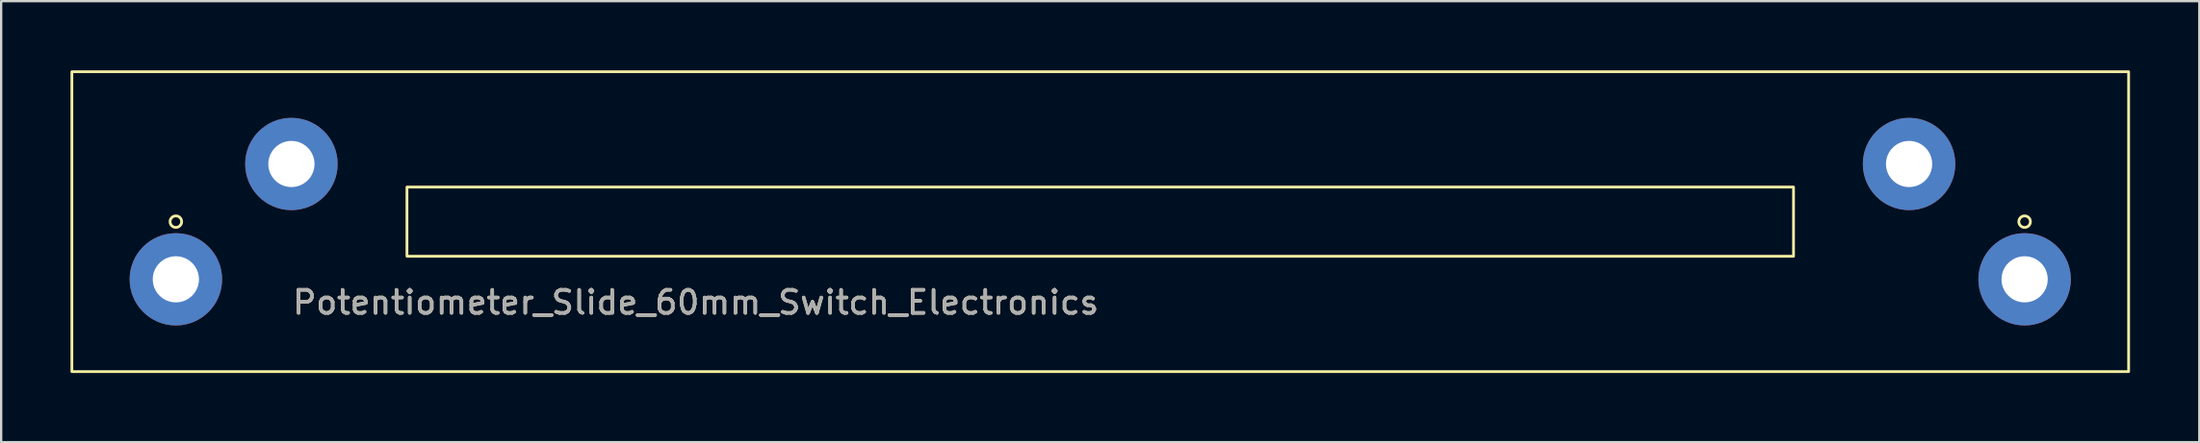
<source format=kicad_pcb>
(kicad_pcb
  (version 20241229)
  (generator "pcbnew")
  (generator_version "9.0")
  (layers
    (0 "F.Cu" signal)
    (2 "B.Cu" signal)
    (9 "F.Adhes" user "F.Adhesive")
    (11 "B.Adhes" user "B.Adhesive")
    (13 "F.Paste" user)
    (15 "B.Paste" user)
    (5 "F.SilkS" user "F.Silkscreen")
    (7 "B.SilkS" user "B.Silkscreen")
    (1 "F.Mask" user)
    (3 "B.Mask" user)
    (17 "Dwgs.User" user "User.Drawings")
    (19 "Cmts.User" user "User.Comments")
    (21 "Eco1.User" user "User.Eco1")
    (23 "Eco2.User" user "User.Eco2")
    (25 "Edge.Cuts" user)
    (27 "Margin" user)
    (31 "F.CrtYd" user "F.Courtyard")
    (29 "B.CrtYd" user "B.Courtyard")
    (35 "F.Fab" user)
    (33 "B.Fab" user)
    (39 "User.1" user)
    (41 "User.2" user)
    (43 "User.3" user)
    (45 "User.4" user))
  (footprint "Potentiometer_Slide_60mm_Switch_Electronics"
    (layer "F.Cu")
    (at 9.56 4.06)
    (property "Reference" "Potentiometer_Slide_60mm_Switch_Electronics" (at 17.5 6 0) (unlocked yes) (layer "F.SilkS") (effects (font (size 1 1) (thickness 0.15))))
    (attr through_hole)
    (fp_rect (start -9.5 -4) (end 79.5 9) (stroke (width 0.12) (type solid)) (fill no) (layer "F.SilkS"))
    (fp_rect (start 5 1) (end 65 4) (stroke (width 0.12) (type solid)) (fill no) (layer "F.SilkS"))
    (fp_circle (center -5 2.5) (end -5 2.25) (stroke (width 0.12) (type solid)) (fill no) (layer "F.SilkS"))
    (fp_circle (center 75 2.5) (end 75 2.25) (stroke (width 0.12) (type solid)) (fill no) (layer "F.SilkS"))
    (fp_text user "${REFERENCE}" (at 17.5 6 0) (unlocked yes) (layer "F.Fab") (effects (font (size 1 1) (thickness 0.15))))
    (pad "1" thru_hole circle (at 0 0) (size 4 4) (drill 2) (layers "*.Cu" "*.Mask"))
    (pad "2" thru_hole circle (at -5 5) (size 4 4) (drill 2) (layers "*.Cu" "*.Mask"))
    (pad "2" thru_hole circle (at 75 5) (size 4 4) (drill 2) (layers "*.Cu" "*.Mask"))
    (pad "3" thru_hole circle (at 70 0) (size 4 4) (drill 2) (layers "*.Cu" "*.Mask")))
  (gr_rect
    (start -3 -3)
    (end 92.12 16.12)
    (stroke (width 0.1) (type default))
    (fill no)
    (layer "Edge.Cuts")))
</source>
